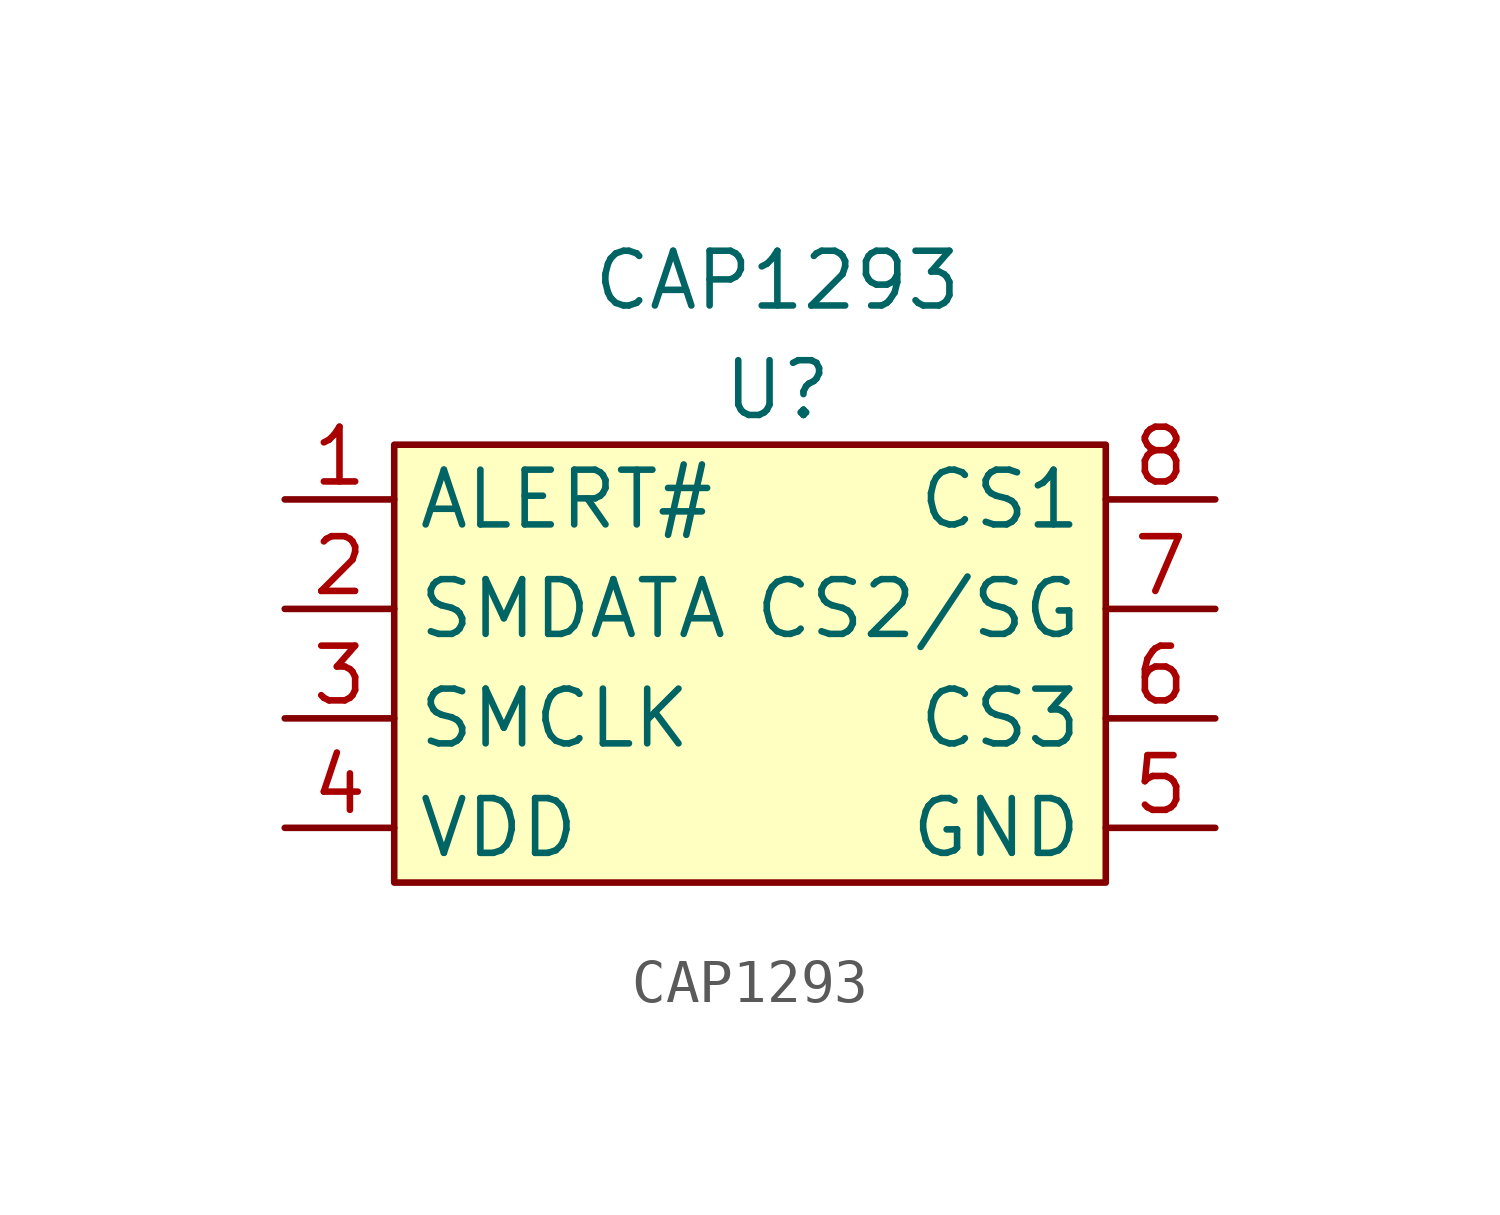
<source format=kicad_sym>
(kicad_symbol_lib
  (version 20211014)
  (generator kicad_symbol_editor)
  (symbol "CAP1293"
    (property "Reference" "U"
      (at 0 1.27 0)
      (effects (font (size 1.27 1.27))))
    (property "Value" "CAP1293"
      (at 0 3.81 0)
      (effects (font (size 1.27 1.27))))
    (symbol "CAP1293_0_1"
      (rectangle (start -8.89 0) (end 7.62 -10.16) (stroke (width 0) (type default) (color 0 0 0 0)) (fill (type background))))
    (symbol "CAP1293_1_1"
      (pin output line (at -11.43 -1.27 0) (length 2.54) (name "ALERT#" (effects (font (size 1.27 1.27)))) (number "1" (effects (font (size 1.27 1.27)))))
      (pin bidirectional line (at -11.43 -3.81 0) (length 2.54) (name "SMDATA" (effects (font (size 1.27 1.27)))) (number "2" (effects (font (size 1.27 1.27)))))
      (pin bidirectional line (at -11.43 -6.35 0) (length 2.54) (name "SMCLK" (effects (font (size 1.27 1.27)))) (number "3" (effects (font (size 1.27 1.27)))))
      (pin power_in line (at -11.43 -8.89 0) (length 2.54) (name "VDD" (effects (font (size 1.27 1.27)))) (number "4" (effects (font (size 1.27 1.27)))))
      (pin power_in line (at 10.16 -8.89 180) (length 2.54) (name "GND" (effects (font (size 1.27 1.27)))) (number "5" (effects (font (size 1.27 1.27)))))
      (pin input line (at 10.16 -6.35 180) (length 2.54) (name "CS3" (effects (font (size 1.27 1.27)))) (number "6" (effects (font (size 1.27 1.27)))))
      (pin input line (at 10.16 -3.81 180) (length 2.54) (name "CS2/SG" (effects (font (size 1.27 1.27)))) (number "7" (effects (font (size 1.27 1.27)))))
      (pin input line (at 10.16 -1.27 180) (length 2.54) (name "CS1" (effects (font (size 1.27 1.27)))) (number "8" (effects (font (size 1.27 1.27))))))))
</source>
